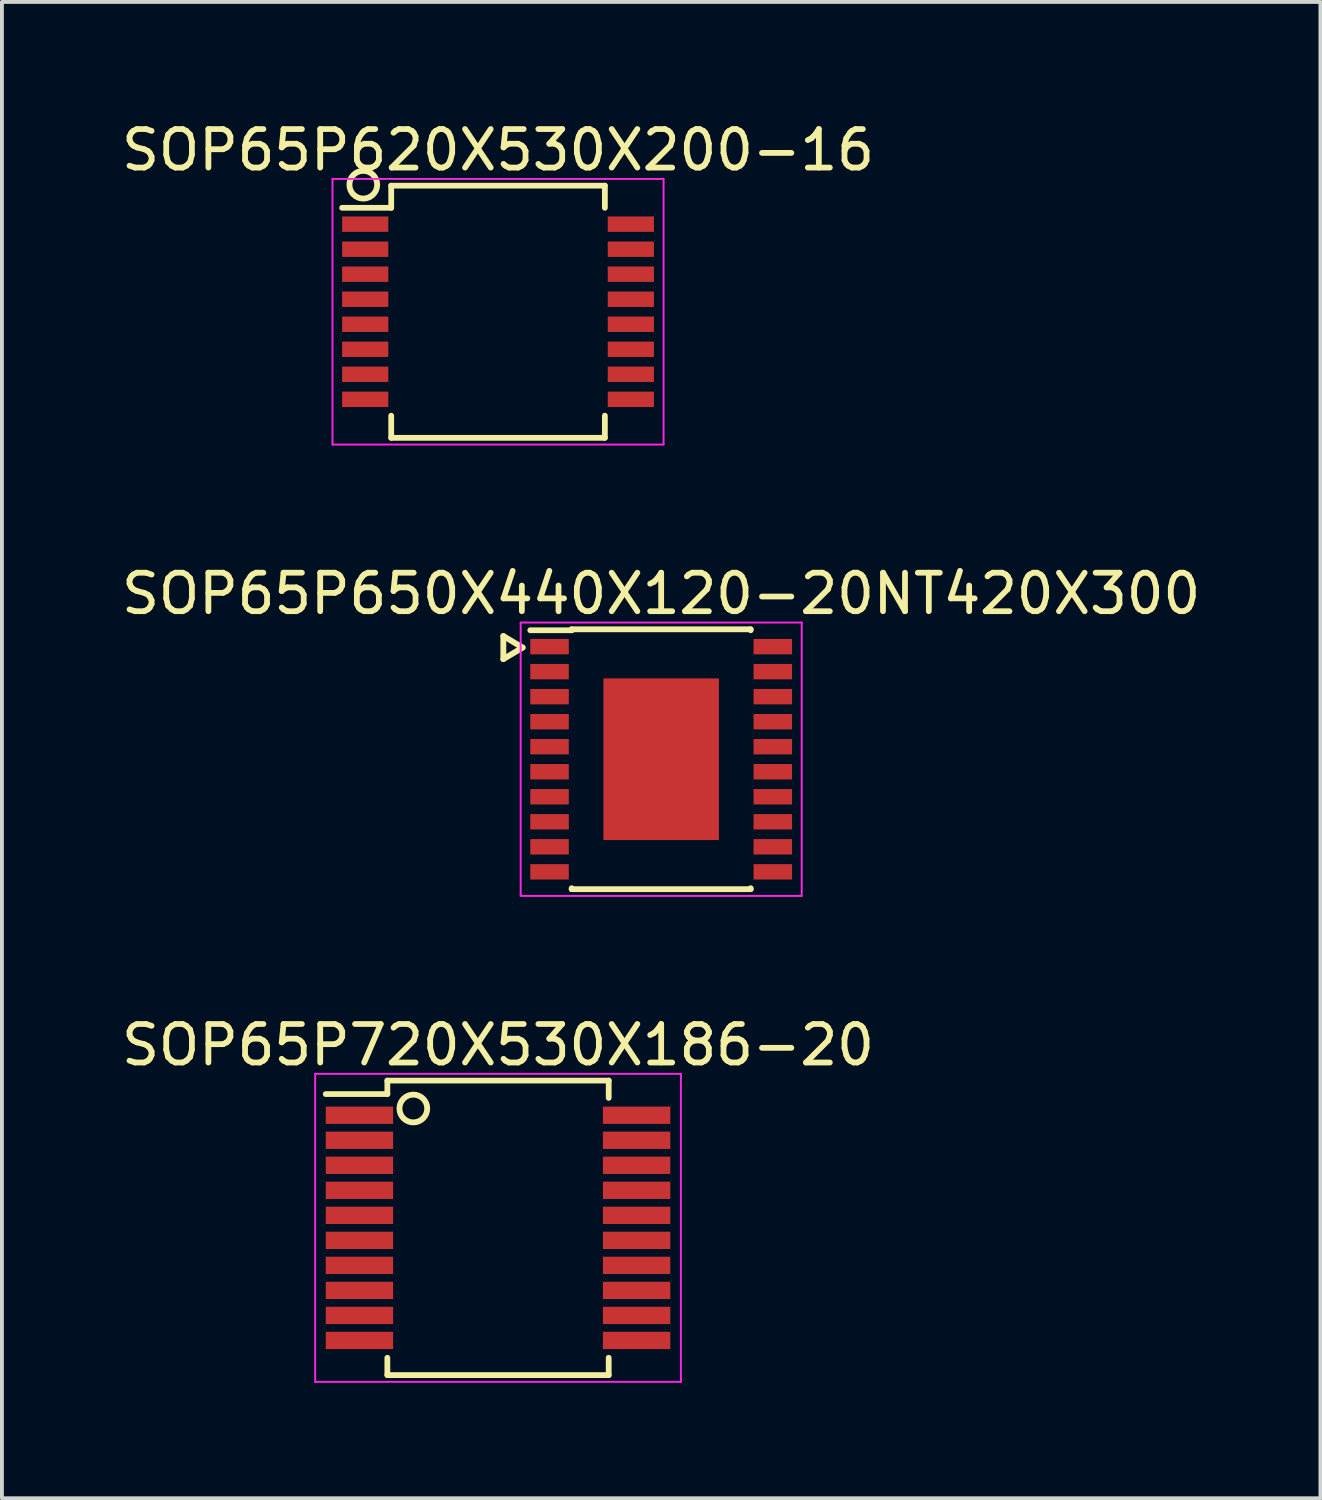
<source format=kicad_pcb>
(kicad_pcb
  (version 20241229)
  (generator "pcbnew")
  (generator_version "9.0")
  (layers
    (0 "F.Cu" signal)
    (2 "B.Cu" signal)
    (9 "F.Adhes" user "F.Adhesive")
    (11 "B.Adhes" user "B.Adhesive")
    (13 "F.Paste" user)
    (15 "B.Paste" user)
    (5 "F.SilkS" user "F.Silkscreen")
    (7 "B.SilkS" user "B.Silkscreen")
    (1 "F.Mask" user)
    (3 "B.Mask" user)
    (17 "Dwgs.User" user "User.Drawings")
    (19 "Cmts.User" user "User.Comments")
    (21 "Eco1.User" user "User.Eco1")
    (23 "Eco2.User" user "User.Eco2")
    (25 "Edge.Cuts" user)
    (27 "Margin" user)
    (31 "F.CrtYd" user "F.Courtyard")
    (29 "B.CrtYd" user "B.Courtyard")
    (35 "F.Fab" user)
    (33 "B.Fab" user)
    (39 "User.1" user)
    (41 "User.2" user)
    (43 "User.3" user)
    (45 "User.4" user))
  (footprint "SOP65P620X530X200-16"
    (layer "F.Cu")
    (at 9.887 5.048)
    (property "Reference" "SOP65P620X530X200-16" (at 0 -4.2 0) (layer "F.SilkS") (effects (font (size 1 1) (thickness 0.15))))
    (attr smd)
    (fp_line (start -2.775 -3.275) (end -2.775 -2.7) (stroke (width 0.15) (type solid)) (layer "F.SilkS"))
    (fp_line (start -2.775 -3.275) (end 2.775 -3.275) (stroke (width 0.15) (type solid)) (layer "F.SilkS"))
    (fp_line (start -2.775 -2.7) (end -4.05 -2.7) (stroke (width 0.15) (type solid)) (layer "F.SilkS"))
    (fp_line (start -2.775 3.275) (end -2.775 2.7) (stroke (width 0.15) (type solid)) (layer "F.SilkS"))
    (fp_line (start -2.775 3.275) (end 2.775 3.275) (stroke (width 0.15) (type solid)) (layer "F.SilkS"))
    (fp_line (start 2.775 -3.275) (end 2.775 -2.7) (stroke (width 0.15) (type solid)) (layer "F.SilkS"))
    (fp_line (start 2.775 3.275) (end 2.775 2.7) (stroke (width 0.15) (type solid)) (layer "F.SilkS"))
    (fp_circle (center -3.5 -3.3) (end -3.3 -3) (stroke (width 0.152) (type solid)) (fill no) (layer "F.SilkS"))
    (fp_line (start -4.3 -3.45) (end -4.3 3.45) (stroke (width 0.05) (type solid)) (layer "F.CrtYd"))
    (fp_line (start -4.3 -3.45) (end 4.3 -3.45) (stroke (width 0.05) (type solid)) (layer "F.CrtYd"))
    (fp_line (start -4.3 3.45) (end 4.3 3.45) (stroke (width 0.05) (type solid)) (layer "F.CrtYd"))
    (fp_line (start 4.3 -3.45) (end 4.3 3.45) (stroke (width 0.05) (type solid)) (layer "F.CrtYd"))
    (pad "1" smd rect (at -3.45 -2.275) (size 1.2 0.4) (layers "F.Cu" "F.Mask" "F.Paste"))
    (pad "2" smd rect (at -3.45 -1.625) (size 1.2 0.4) (layers "F.Cu" "F.Mask" "F.Paste"))
    (pad "3" smd rect (at -3.45 -0.975) (size 1.2 0.4) (layers "F.Cu" "F.Mask" "F.Paste"))
    (pad "4" smd rect (at -3.45 -0.325) (size 1.2 0.4) (layers "F.Cu" "F.Mask" "F.Paste"))
    (pad "5" smd rect (at -3.45 0.325) (size 1.2 0.4) (layers "F.Cu" "F.Mask" "F.Paste"))
    (pad "6" smd rect (at -3.45 0.975) (size 1.2 0.4) (layers "F.Cu" "F.Mask" "F.Paste"))
    (pad "7" smd rect (at -3.45 1.625) (size 1.2 0.4) (layers "F.Cu" "F.Mask" "F.Paste"))
    (pad "8" smd rect (at -3.45 2.275) (size 1.2 0.4) (layers "F.Cu" "F.Mask" "F.Paste"))
    (pad "9" smd rect (at 3.45 2.275) (size 1.2 0.4) (layers "F.Cu" "F.Mask" "F.Paste"))
    (pad "10" smd rect (at 3.45 1.625) (size 1.2 0.4) (layers "F.Cu" "F.Mask" "F.Paste"))
    (pad "11" smd rect (at 3.45 0.975) (size 1.2 0.4) (layers "F.Cu" "F.Mask" "F.Paste"))
    (pad "12" smd rect (at 3.45 0.325) (size 1.2 0.4) (layers "F.Cu" "F.Mask" "F.Paste"))
    (pad "13" smd rect (at 3.45 -0.325) (size 1.2 0.4) (layers "F.Cu" "F.Mask" "F.Paste"))
    (pad "14" smd rect (at 3.45 -0.975) (size 1.2 0.4) (layers "F.Cu" "F.Mask" "F.Paste"))
    (pad "15" smd rect (at 3.45 -1.625) (size 1.2 0.4) (layers "F.Cu" "F.Mask" "F.Paste"))
    (pad "16" smd rect (at 3.45 -2.275) (size 1.2 0.4) (layers "F.Cu" "F.Mask" "F.Paste")))
  (footprint "SOP65P650X440X120-20NT420X300"
    (layer "F.Cu")
    (at 14.125 16.672)
    (property "Reference" "SOP65P650X440X120-20NT420X300" (at 0 -4.3 0) (layer "F.SilkS") (effects (font (size 1 1) (thickness 0.15))))
    (attr smd)
    (fp_line (start -4.1 -3.2) (end -4.1 -2.6) (stroke (width 0.152) (type solid)) (layer "F.SilkS"))
    (fp_line (start -4.1 -2.6) (end -3.6 -2.9) (stroke (width 0.152) (type solid)) (layer "F.SilkS"))
    (fp_line (start -3.6 -2.9) (end -4.1 -3.2) (stroke (width 0.152) (type solid)) (layer "F.SilkS"))
    (fp_line (start -2.325 -3.375) (end -2.325 -3.35) (stroke (width 0.15) (type solid)) (layer "F.SilkS"))
    (fp_line (start -2.325 -3.375) (end 2.325 -3.375) (stroke (width 0.15) (type solid)) (layer "F.SilkS"))
    (fp_line (start -2.325 -3.35) (end -3.4 -3.35) (stroke (width 0.15) (type solid)) (layer "F.SilkS"))
    (fp_line (start -2.325 3.375) (end -2.325 3.35) (stroke (width 0.15) (type solid)) (layer "F.SilkS"))
    (fp_line (start -2.325 3.375) (end 2.325 3.375) (stroke (width 0.15) (type solid)) (layer "F.SilkS"))
    (fp_line (start 2.325 -3.375) (end 2.325 -3.35) (stroke (width 0.15) (type solid)) (layer "F.SilkS"))
    (fp_line (start 2.325 3.375) (end 2.325 3.35) (stroke (width 0.15) (type solid)) (layer "F.SilkS"))
    (fp_line (start -3.65 -3.55) (end -3.65 3.55) (stroke (width 0.05) (type solid)) (layer "F.CrtYd"))
    (fp_line (start -3.65 -3.55) (end 3.65 -3.55) (stroke (width 0.05) (type solid)) (layer "F.CrtYd"))
    (fp_line (start -3.65 3.55) (end 3.65 3.55) (stroke (width 0.05) (type solid)) (layer "F.CrtYd"))
    (fp_line (start 3.65 -3.55) (end 3.65 3.55) (stroke (width 0.05) (type solid)) (layer "F.CrtYd"))
    (pad "1" smd rect (at -2.9 -2.925) (size 1 0.4) (layers "F.Cu" "F.Mask" "F.Paste"))
    (pad "2" smd rect (at -2.9 -2.275) (size 1 0.4) (layers "F.Cu" "F.Mask" "F.Paste"))
    (pad "3" smd rect (at -2.9 -1.625) (size 1 0.4) (layers "F.Cu" "F.Mask" "F.Paste"))
    (pad "4" smd rect (at -2.9 -0.975) (size 1 0.4) (layers "F.Cu" "F.Mask" "F.Paste"))
    (pad "5" smd rect (at -2.9 -0.325) (size 1 0.4) (layers "F.Cu" "F.Mask" "F.Paste"))
    (pad "6" smd rect (at -2.9 0.325) (size 1 0.4) (layers "F.Cu" "F.Mask" "F.Paste"))
    (pad "7" smd rect (at -2.9 0.975) (size 1 0.4) (layers "F.Cu" "F.Mask" "F.Paste"))
    (pad "8" smd rect (at -2.9 1.625) (size 1 0.4) (layers "F.Cu" "F.Mask" "F.Paste"))
    (pad "9" smd rect (at -2.9 2.275) (size 1 0.4) (layers "F.Cu" "F.Mask" "F.Paste"))
    (pad "10" smd rect (at -2.9 2.925) (size 1 0.4) (layers "F.Cu" "F.Mask" "F.Paste"))
    (pad "11" smd rect (at 2.9 2.925) (size 1 0.4) (layers "F.Cu" "F.Mask" "F.Paste"))
    (pad "12" smd rect (at 2.9 2.275) (size 1 0.4) (layers "F.Cu" "F.Mask" "F.Paste"))
    (pad "13" smd rect (at 2.9 1.625) (size 1 0.4) (layers "F.Cu" "F.Mask" "F.Paste"))
    (pad "14" smd rect (at 2.9 0.975) (size 1 0.4) (layers "F.Cu" "F.Mask" "F.Paste"))
    (pad "15" smd rect (at 2.9 0.325) (size 1 0.4) (layers "F.Cu" "F.Mask" "F.Paste"))
    (pad "16" smd rect (at 2.9 -0.325) (size 1 0.4) (layers "F.Cu" "F.Mask" "F.Paste"))
    (pad "17" smd rect (at 2.9 -0.975) (size 1 0.4) (layers "F.Cu" "F.Mask" "F.Paste"))
    (pad "18" smd rect (at 2.9 -1.625) (size 1 0.4) (layers "F.Cu" "F.Mask" "F.Paste"))
    (pad "19" smd rect (at 2.9 -2.275) (size 1 0.4) (layers "F.Cu" "F.Mask" "F.Paste"))
    (pad "20" smd rect (at 2.9 -2.925) (size 1 0.4) (layers "F.Cu" "F.Mask" "F.Paste"))
    (pad "21" smd rect (at 0 0) (size 3 4.2) (layers "F.Cu" "F.Mask" "F.Paste")))
  (footprint "SOP65P720X530X186-20"
    (layer "F.Cu")
    (at 9.887 28.845)
    (property "Reference" "SOP65P720X530X186-20" (at 0 -4.75 0) (layer "F.SilkS") (effects (font (size 1 1) (thickness 0.15))))
    (attr smd)
    (fp_line (start -2.875 -3.825) (end -2.875 -3.475) (stroke (width 0.15) (type solid)) (layer "F.SilkS"))
    (fp_line (start -2.875 -3.825) (end 2.875 -3.825) (stroke (width 0.15) (type solid)) (layer "F.SilkS"))
    (fp_line (start -2.875 -3.475) (end -4.475 -3.475) (stroke (width 0.15) (type solid)) (layer "F.SilkS"))
    (fp_line (start -2.875 3.825) (end -2.875 3.375) (stroke (width 0.15) (type solid)) (layer "F.SilkS"))
    (fp_line (start -2.875 3.825) (end 2.875 3.825) (stroke (width 0.15) (type solid)) (layer "F.SilkS"))
    (fp_line (start 2.875 -3.825) (end 2.875 -3.375) (stroke (width 0.15) (type solid)) (layer "F.SilkS"))
    (fp_line (start 2.875 3.825) (end 2.875 3.375) (stroke (width 0.15) (type solid)) (layer "F.SilkS"))
    (fp_circle (center -2.2 -3.1) (end -2 -2.8) (stroke (width 0.152) (type solid)) (fill no) (layer "F.SilkS"))
    (fp_line (start -4.75 -4) (end -4.75 4) (stroke (width 0.05) (type solid)) (layer "F.CrtYd"))
    (fp_line (start -4.75 -4) (end 4.75 -4) (stroke (width 0.05) (type solid)) (layer "F.CrtYd"))
    (fp_line (start -4.75 4) (end 4.75 4) (stroke (width 0.05) (type solid)) (layer "F.CrtYd"))
    (fp_line (start 4.75 -4) (end 4.75 4) (stroke (width 0.05) (type solid)) (layer "F.CrtYd"))
    (pad "1" smd rect (at -3.6 -2.925) (size 1.75 0.45) (layers "F.Cu" "F.Mask" "F.Paste"))
    (pad "2" smd rect (at -3.6 -2.275) (size 1.75 0.45) (layers "F.Cu" "F.Mask" "F.Paste"))
    (pad "3" smd rect (at -3.6 -1.625) (size 1.75 0.45) (layers "F.Cu" "F.Mask" "F.Paste"))
    (pad "4" smd rect (at -3.6 -0.975) (size 1.75 0.45) (layers "F.Cu" "F.Mask" "F.Paste"))
    (pad "5" smd rect (at -3.6 -0.325) (size 1.75 0.45) (layers "F.Cu" "F.Mask" "F.Paste"))
    (pad "6" smd rect (at -3.6 0.325) (size 1.75 0.45) (layers "F.Cu" "F.Mask" "F.Paste"))
    (pad "7" smd rect (at -3.6 0.975) (size 1.75 0.45) (layers "F.Cu" "F.Mask" "F.Paste"))
    (pad "8" smd rect (at -3.6 1.625) (size 1.75 0.45) (layers "F.Cu" "F.Mask" "F.Paste"))
    (pad "9" smd rect (at -3.6 2.275) (size 1.75 0.45) (layers "F.Cu" "F.Mask" "F.Paste"))
    (pad "10" smd rect (at -3.6 2.925) (size 1.75 0.45) (layers "F.Cu" "F.Mask" "F.Paste"))
    (pad "11" smd rect (at 3.6 2.925) (size 1.75 0.45) (layers "F.Cu" "F.Mask" "F.Paste"))
    (pad "12" smd rect (at 3.6 2.275) (size 1.75 0.45) (layers "F.Cu" "F.Mask" "F.Paste"))
    (pad "13" smd rect (at 3.6 1.625) (size 1.75 0.45) (layers "F.Cu" "F.Mask" "F.Paste"))
    (pad "14" smd rect (at 3.6 0.975) (size 1.75 0.45) (layers "F.Cu" "F.Mask" "F.Paste"))
    (pad "15" smd rect (at 3.6 0.325) (size 1.75 0.45) (layers "F.Cu" "F.Mask" "F.Paste"))
    (pad "16" smd rect (at 3.6 -0.325) (size 1.75 0.45) (layers "F.Cu" "F.Mask" "F.Paste"))
    (pad "17" smd rect (at 3.6 -0.975) (size 1.75 0.45) (layers "F.Cu" "F.Mask" "F.Paste"))
    (pad "18" smd rect (at 3.6 -1.625) (size 1.75 0.45) (layers "F.Cu" "F.Mask" "F.Paste"))
    (pad "19" smd rect (at 3.6 -2.275) (size 1.75 0.45) (layers "F.Cu" "F.Mask" "F.Paste"))
    (pad "20" smd rect (at 3.6 -2.925) (size 1.75 0.45) (layers "F.Cu" "F.Mask" "F.Paste")))
  (gr_rect
    (start -3 -3)
    (end 31.25 35.87)
    (stroke (width 0.1) (type default))
    (fill no)
    (layer "Edge.Cuts")))
</source>
